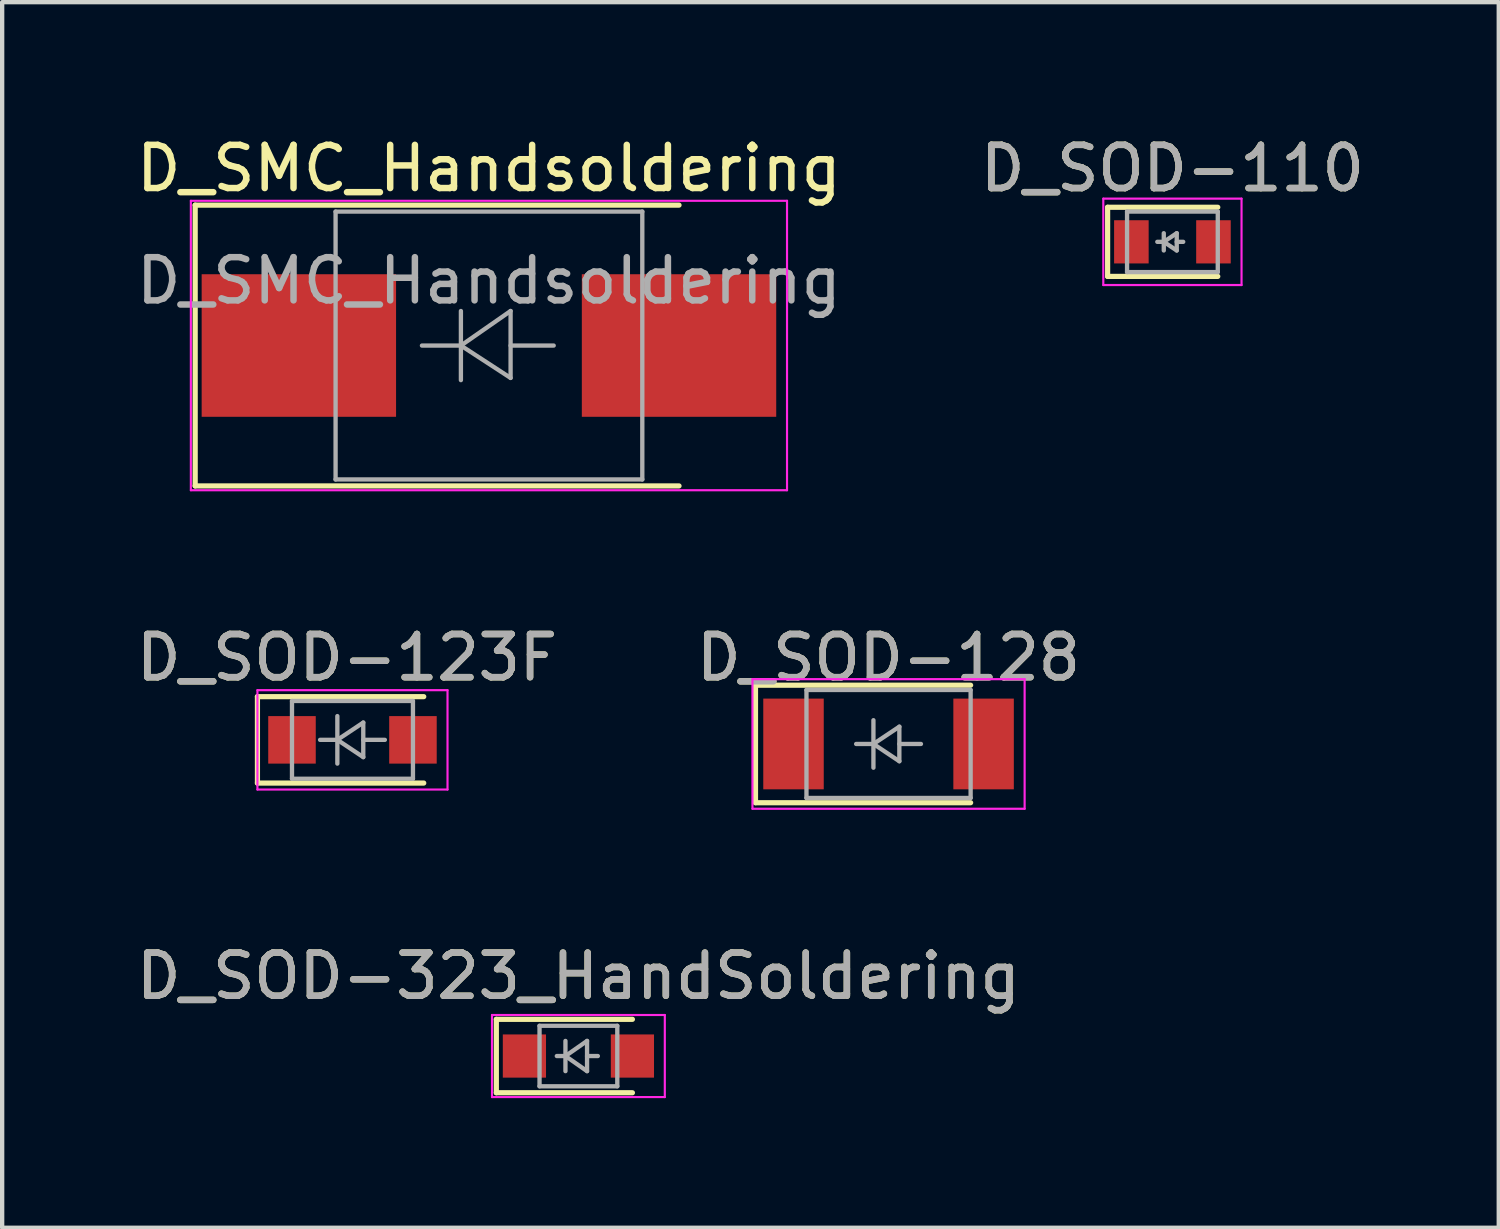
<source format=kicad_pcb>
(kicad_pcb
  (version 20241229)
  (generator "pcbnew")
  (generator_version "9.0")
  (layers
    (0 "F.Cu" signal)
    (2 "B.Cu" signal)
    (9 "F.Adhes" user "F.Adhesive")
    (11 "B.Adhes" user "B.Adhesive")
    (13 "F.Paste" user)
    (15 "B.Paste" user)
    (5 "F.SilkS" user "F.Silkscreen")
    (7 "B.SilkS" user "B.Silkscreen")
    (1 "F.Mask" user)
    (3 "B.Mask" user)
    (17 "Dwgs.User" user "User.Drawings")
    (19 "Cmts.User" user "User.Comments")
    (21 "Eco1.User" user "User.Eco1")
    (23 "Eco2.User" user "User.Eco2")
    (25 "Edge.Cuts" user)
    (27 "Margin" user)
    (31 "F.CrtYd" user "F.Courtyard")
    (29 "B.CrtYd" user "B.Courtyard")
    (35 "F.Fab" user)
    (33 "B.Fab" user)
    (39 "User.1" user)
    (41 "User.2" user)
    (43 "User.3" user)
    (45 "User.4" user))
  (footprint "D_SMC_Handsoldering"
    (layer "F.Cu")
    (at 8.268 4.948)
    (property "Reference" "D_SMC_Handsoldering" (at 0 -4.1 0) (layer "F.SilkS") (effects (font (size 1 1) (thickness 0.15))))
    (attr smd)
    (fp_line (start -6.8 -3.25) (end 4.4 -3.25) (stroke (width 0.12) (type solid)) (layer "F.SilkS"))
    (fp_line (start -6.8 3.25) (end -6.8 -3.25) (stroke (width 0.12) (type solid)) (layer "F.SilkS"))
    (fp_line (start -6.8 3.25) (end 4.4 3.25) (stroke (width 0.12) (type solid)) (layer "F.SilkS"))
    (fp_line (start -6.9 -3.35) (end 6.9 -3.35) (stroke (width 0.05) (type solid)) (layer "F.CrtYd"))
    (fp_line (start -6.9 3.35) (end -6.9 -3.35) (stroke (width 0.05) (type solid)) (layer "F.CrtYd"))
    (fp_line (start 6.9 -3.35) (end 6.9 3.35) (stroke (width 0.05) (type solid)) (layer "F.CrtYd"))
    (fp_line (start 6.9 3.35) (end -6.9 3.35) (stroke (width 0.05) (type solid)) (layer "F.CrtYd"))
    (fp_line (start -3.55 3.1) (end -3.55 -3.1) (stroke (width 0.1) (type solid)) (layer "F.Fab"))
    (fp_line (start -0.649 -0.799) (end -0.649 0.801) (stroke (width 0.1) (type solid)) (layer "F.Fab"))
    (fp_line (start -0.649 0.001) (end -1.551 0.001) (stroke (width 0.1) (type solid)) (layer "F.Fab"))
    (fp_line (start -0.649 0.001) (end 0.501 -0.799) (stroke (width 0.1) (type solid)) (layer "F.Fab"))
    (fp_line (start -0.649 0.001) (end 0.501 0.75) (stroke (width 0.1) (type solid)) (layer "F.Fab"))
    (fp_line (start 0.501 0.001) (end 1.499 0.001) (stroke (width 0.1) (type solid)) (layer "F.Fab"))
    (fp_line (start 0.501 0.75) (end 0.501 -0.799) (stroke (width 0.1) (type solid)) (layer "F.Fab"))
    (fp_line (start 3.55 -3.1) (end -3.55 -3.1) (stroke (width 0.1) (type solid)) (layer "F.Fab"))
    (fp_line (start 3.55 -3.1) (end 3.55 3.1) (stroke (width 0.1) (type solid)) (layer "F.Fab"))
    (fp_line (start 3.55 3.1) (end -3.55 3.1) (stroke (width 0.1) (type solid)) (layer "F.Fab"))
    (fp_text user "${REFERENCE}" (at 0 -1.5 0) (layer "F.Fab") (effects (font (size 1 1) (thickness 0.15))))
    (pad "1" smd rect (at -4.4 0 90) (size 3.3 4.5) (layers "F.Cu" "F.Mask" "F.Paste"))
    (pad "2" smd rect (at 4.4 0 90) (size 3.3 4.5) (layers "F.Cu" "F.Mask" "F.Paste")))
  (footprint "D_SOD-323_HandSoldering"
    (layer "F.Cu")
    (at 10.339 21.395)
    (property "Reference" "D_SOD-323_HandSoldering" (at 0 -1.85 0) (layer "F.SilkS") (effects (font (size 1 1) (thickness 0.15))))
    (attr smd)
    (fp_line (start -1.9 -0.85) (end -1.9 0.85) (stroke (width 0.12) (type solid)) (layer "F.SilkS"))
    (fp_line (start -1.9 -0.85) (end 1.25 -0.85) (stroke (width 0.12) (type solid)) (layer "F.SilkS"))
    (fp_line (start -1.9 0.85) (end 1.25 0.85) (stroke (width 0.12) (type solid)) (layer "F.SilkS"))
    (fp_line (start -2 -0.95) (end -2 0.95) (stroke (width 0.05) (type solid)) (layer "F.CrtYd"))
    (fp_line (start -2 -0.95) (end 2 -0.95) (stroke (width 0.05) (type solid)) (layer "F.CrtYd"))
    (fp_line (start -2 0.95) (end 2 0.95) (stroke (width 0.05) (type solid)) (layer "F.CrtYd"))
    (fp_line (start 2 -0.95) (end 2 0.95) (stroke (width 0.05) (type solid)) (layer "F.CrtYd"))
    (fp_line (start -0.9 -0.7) (end 0.9 -0.7) (stroke (width 0.1) (type solid)) (layer "F.Fab"))
    (fp_line (start -0.9 0.7) (end -0.9 -0.7) (stroke (width 0.1) (type solid)) (layer "F.Fab"))
    (fp_line (start -0.3 -0.35) (end -0.3 0.35) (stroke (width 0.1) (type solid)) (layer "F.Fab"))
    (fp_line (start -0.3 0) (end -0.5 0) (stroke (width 0.1) (type solid)) (layer "F.Fab"))
    (fp_line (start -0.3 0) (end 0.2 -0.35) (stroke (width 0.1) (type solid)) (layer "F.Fab"))
    (fp_line (start 0.2 -0.35) (end 0.2 0.35) (stroke (width 0.1) (type solid)) (layer "F.Fab"))
    (fp_line (start 0.2 0) (end 0.45 0) (stroke (width 0.1) (type solid)) (layer "F.Fab"))
    (fp_line (start 0.2 0.35) (end -0.3 0) (stroke (width 0.1) (type solid)) (layer "F.Fab"))
    (fp_line (start 0.9 -0.7) (end 0.9 0.7) (stroke (width 0.1) (type solid)) (layer "F.Fab"))
    (fp_line (start 0.9 0.7) (end -0.9 0.7) (stroke (width 0.1) (type solid)) (layer "F.Fab"))
    (fp_text user "${REFERENCE}" (at 0 -1.85 0) (layer "F.Fab") (effects (font (size 1 1) (thickness 0.15))))
    (pad "1" smd rect (at -1.25 0) (size 1 1) (layers "F.Cu" "F.Mask" "F.Paste"))
    (pad "2" smd rect (at 1.25 0) (size 1 1) (layers "F.Cu" "F.Mask" "F.Paste")))
  (footprint "D_SOD-123F"
    (layer "F.Cu")
    (at 5.109 14.076)
    (property "Reference" "D_SOD-123F" (at -0.127 -1.905 0) (layer "F.SilkS") (effects (font (size 1 1) (thickness 0.15))))
    (attr smd)
    (fp_line (start -2.2 -1) (end -2.2 1) (stroke (width 0.12) (type solid)) (layer "F.SilkS"))
    (fp_line (start -2.2 -1) (end 1.65 -1) (stroke (width 0.12) (type solid)) (layer "F.SilkS"))
    (fp_line (start -2.2 1) (end 1.65 1) (stroke (width 0.12) (type solid)) (layer "F.SilkS"))
    (fp_line (start -2.2 -1.15) (end -2.2 1.15) (stroke (width 0.05) (type solid)) (layer "F.CrtYd"))
    (fp_line (start -2.2 -1.15) (end 2.2 -1.15) (stroke (width 0.05) (type solid)) (layer "F.CrtYd"))
    (fp_line (start 2.2 -1.15) (end 2.2 1.15) (stroke (width 0.05) (type solid)) (layer "F.CrtYd"))
    (fp_line (start 2.2 1.15) (end -2.2 1.15) (stroke (width 0.05) (type solid)) (layer "F.CrtYd"))
    (fp_line (start -1.4 -0.9) (end 1.4 -0.9) (stroke (width 0.1) (type solid)) (layer "F.Fab"))
    (fp_line (start -1.4 0.9) (end -1.4 -0.9) (stroke (width 0.1) (type solid)) (layer "F.Fab"))
    (fp_line (start -0.75 0) (end -0.35 0) (stroke (width 0.1) (type solid)) (layer "F.Fab"))
    (fp_line (start -0.35 0) (end -0.35 -0.55) (stroke (width 0.1) (type solid)) (layer "F.Fab"))
    (fp_line (start -0.35 0) (end -0.35 0.55) (stroke (width 0.1) (type solid)) (layer "F.Fab"))
    (fp_line (start -0.35 0) (end 0.25 -0.4) (stroke (width 0.1) (type solid)) (layer "F.Fab"))
    (fp_line (start 0.25 -0.4) (end 0.25 0.4) (stroke (width 0.1) (type solid)) (layer "F.Fab"))
    (fp_line (start 0.25 0) (end 0.75 0) (stroke (width 0.1) (type solid)) (layer "F.Fab"))
    (fp_line (start 0.25 0.4) (end -0.35 0) (stroke (width 0.1) (type solid)) (layer "F.Fab"))
    (fp_line (start 1.4 -0.9) (end 1.4 0.9) (stroke (width 0.1) (type solid)) (layer "F.Fab"))
    (fp_line (start 1.4 0.9) (end -1.4 0.9) (stroke (width 0.1) (type solid)) (layer "F.Fab"))
    (fp_text user "${REFERENCE}" (at -0.127 -1.905 0) (layer "F.Fab") (effects (font (size 1 1) (thickness 0.15))))
    (pad "1" smd rect (at -1.4 0) (size 1.1 1.1) (layers "F.Cu" "F.Mask" "F.Paste"))
    (pad "2" smd rect (at 1.4 0) (size 1.1 1.1) (layers "F.Cu" "F.Mask" "F.Paste")))
  (footprint "D_SOD-128"
    (layer "F.Cu")
    (at 17.518 14.171)
    (property "Reference" "D_SOD-128" (at 0 -2 0) (layer "F.SilkS") (effects (font (size 1 1) (thickness 0.15))))
    (attr smd)
    (fp_line (start -3.08 -1.36) (end -3.08 1.36) (stroke (width 0.12) (type solid)) (layer "F.SilkS"))
    (fp_line (start -3.08 -1.36) (end 1.9 -1.36) (stroke (width 0.12) (type solid)) (layer "F.SilkS"))
    (fp_line (start -3.08 1.36) (end 1.9 1.36) (stroke (width 0.12) (type solid)) (layer "F.SilkS"))
    (fp_line (start -3.15 -1.5) (end -3.15 1.5) (stroke (width 0.05) (type solid)) (layer "F.CrtYd"))
    (fp_line (start -3.15 -1.5) (end 3.15 -1.5) (stroke (width 0.05) (type solid)) (layer "F.CrtYd"))
    (fp_line (start 3.15 -1.5) (end 3.15 1.5) (stroke (width 0.05) (type solid)) (layer "F.CrtYd"))
    (fp_line (start 3.15 1.5) (end -3.15 1.5) (stroke (width 0.05) (type solid)) (layer "F.CrtYd"))
    (fp_line (start -1.9 -1.25) (end 1.9 -1.25) (stroke (width 0.1) (type solid)) (layer "F.Fab"))
    (fp_line (start -1.9 1.25) (end -1.9 -1.25) (stroke (width 0.1) (type solid)) (layer "F.Fab"))
    (fp_line (start -0.75 0) (end -0.35 0) (stroke (width 0.1) (type solid)) (layer "F.Fab"))
    (fp_line (start -0.35 0) (end -0.35 -0.55) (stroke (width 0.1) (type solid)) (layer "F.Fab"))
    (fp_line (start -0.35 0) (end -0.35 0.55) (stroke (width 0.1) (type solid)) (layer "F.Fab"))
    (fp_line (start -0.35 0) (end 0.25 -0.4) (stroke (width 0.1) (type solid)) (layer "F.Fab"))
    (fp_line (start 0.25 -0.4) (end 0.25 0.4) (stroke (width 0.1) (type solid)) (layer "F.Fab"))
    (fp_line (start 0.25 0) (end 0.75 0) (stroke (width 0.1) (type solid)) (layer "F.Fab"))
    (fp_line (start 0.25 0.4) (end -0.35 0) (stroke (width 0.1) (type solid)) (layer "F.Fab"))
    (fp_line (start 1.9 -1.25) (end 1.9 1.25) (stroke (width 0.1) (type solid)) (layer "F.Fab"))
    (fp_line (start 1.9 1.25) (end -1.9 1.25) (stroke (width 0.1) (type solid)) (layer "F.Fab"))
    (fp_text user "${REFERENCE}" (at 0 -2 0) (layer "F.Fab") (effects (font (size 1 1) (thickness 0.15))))
    (pad "1" smd rect (at -2.2 0) (size 1.4 2.1) (layers "F.Cu" "F.Mask" "F.Paste"))
    (pad "2" smd rect (at 2.2 0) (size 1.4 2.1) (layers "F.Cu" "F.Mask" "F.Paste")))
  (footprint "D_SOD-110"
    (layer "F.Cu")
    (at 24.089 2.548)
    (property "Reference" "D_SOD-110" (at 0 -1.7 0) (layer "F.SilkS") (effects (font (size 1 1) (thickness 0.15))))
    (attr smd)
    (fp_line (start -1.5 -0.8) (end -1.5 0.8) (stroke (width 0.12) (type solid)) (layer "F.SilkS"))
    (fp_line (start -1.5 -0.8) (end 1.05 -0.8) (stroke (width 0.12) (type solid)) (layer "F.SilkS"))
    (fp_line (start -1.5 0.8) (end 1.05 0.8) (stroke (width 0.12) (type solid)) (layer "F.SilkS"))
    (fp_line (start -1.6 -1) (end -1.6 1) (stroke (width 0.05) (type solid)) (layer "F.CrtYd"))
    (fp_line (start -1.6 -1) (end 1.6 -1) (stroke (width 0.05) (type solid)) (layer "F.CrtYd"))
    (fp_line (start 1.6 -1) (end 1.6 1) (stroke (width 0.05) (type solid)) (layer "F.CrtYd"))
    (fp_line (start 1.6 1) (end -1.6 1) (stroke (width 0.05) (type solid)) (layer "F.CrtYd"))
    (fp_line (start -1.05 -0.7) (end -1.05 0.7) (stroke (width 0.1) (type solid)) (layer "F.Fab"))
    (fp_line (start -1.05 0.7) (end 1.05 0.7) (stroke (width 0.1) (type solid)) (layer "F.Fab"))
    (fp_line (start -0.2 0) (end -0.35 0) (stroke (width 0.1) (type solid)) (layer "F.Fab"))
    (fp_line (start -0.2 0) (end 0.1 0.2) (stroke (width 0.1) (type solid)) (layer "F.Fab"))
    (fp_line (start -0.2 0.2) (end -0.2 -0.2) (stroke (width 0.1) (type solid)) (layer "F.Fab"))
    (fp_line (start 0.1 -0.2) (end -0.2 0) (stroke (width 0.1) (type solid)) (layer "F.Fab"))
    (fp_line (start 0.1 0) (end 0.25 0) (stroke (width 0.1) (type solid)) (layer "F.Fab"))
    (fp_line (start 0.1 0.2) (end 0.1 -0.2) (stroke (width 0.1) (type solid)) (layer "F.Fab"))
    (fp_line (start 1.05 -0.7) (end -1.05 -0.7) (stroke (width 0.1) (type solid)) (layer "F.Fab"))
    (fp_line (start 1.05 0.7) (end 1.05 -0.7) (stroke (width 0.1) (type solid)) (layer "F.Fab"))
    (fp_text user "${REFERENCE}" (at 0 -1.7 0) (layer "F.Fab") (effects (font (size 1 1) (thickness 0.15))))
    (pad "1" smd rect (at -0.95 0) (size 0.8 1) (layers "F.Cu" "F.Mask" "F.Paste"))
    (pad "2" smd rect (at 0.95 0) (size 0.8 1) (layers "F.Cu" "F.Mask" "F.Paste")))
  (gr_rect
    (start -3 -3)
    (end 31.643 25.37)
    (stroke (width 0.1) (type default))
    (fill no)
    (layer "Edge.Cuts")))
</source>
